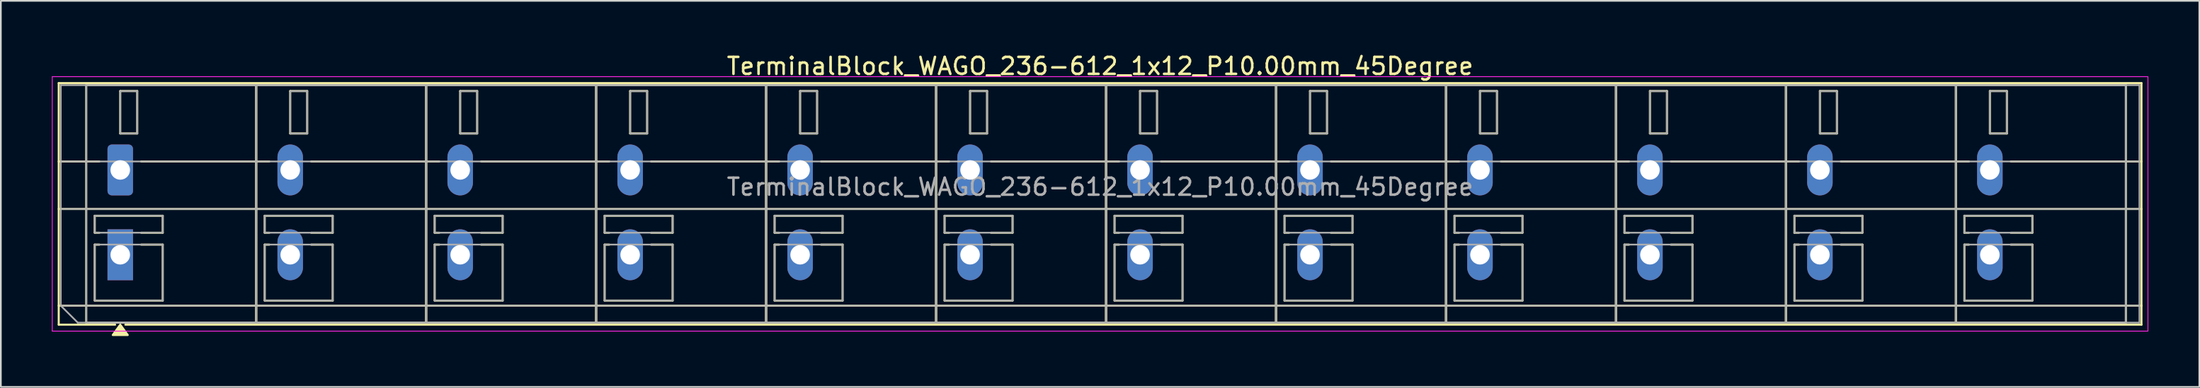
<source format=kicad_pcb>
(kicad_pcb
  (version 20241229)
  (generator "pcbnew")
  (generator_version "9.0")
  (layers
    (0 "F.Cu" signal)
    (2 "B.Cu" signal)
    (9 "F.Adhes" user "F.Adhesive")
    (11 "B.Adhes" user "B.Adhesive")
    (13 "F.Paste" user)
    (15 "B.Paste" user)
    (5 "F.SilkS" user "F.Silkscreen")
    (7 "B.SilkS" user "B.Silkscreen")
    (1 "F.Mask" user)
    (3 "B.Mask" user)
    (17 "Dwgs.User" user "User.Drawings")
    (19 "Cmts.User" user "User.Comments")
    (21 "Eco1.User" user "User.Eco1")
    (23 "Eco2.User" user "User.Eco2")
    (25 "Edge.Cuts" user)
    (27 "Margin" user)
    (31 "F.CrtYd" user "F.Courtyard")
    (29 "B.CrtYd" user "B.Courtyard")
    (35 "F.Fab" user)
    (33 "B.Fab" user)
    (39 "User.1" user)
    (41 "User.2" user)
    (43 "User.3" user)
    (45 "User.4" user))
  (footprint "TerminalBlock_WAGO_236-612_1x12_P10.00mm_45Degree"
    (layer "F.Cu")
    (at 4.025 6.968)
    (property "Reference" "TerminalBlock_WAGO_236-612_1x12_P10.00mm_45Degree" (at 57.65 -6.12 0) (layer "F.SilkS") (effects (font (size 1 1) (thickness 0.15))))
    (attr through_hole)
    (fp_line (start -3.62 -5.12) (end -3.62 9.12) (stroke (width 0.12) (type solid)) (layer "F.SilkS"))
    (fp_line (start -3.62 -5.12) (end 118.92 -5.12) (stroke (width 0.12) (type solid)) (layer "F.SilkS"))
    (fp_line (start -3.62 -0.5) (end -1.23 -0.5) (stroke (width 0.12) (type solid)) (layer "F.SilkS"))
    (fp_line (start -3.62 2.3) (end 118.92 2.3) (stroke (width 0.12) (type solid)) (layer "F.SilkS"))
    (fp_line (start -3.62 8) (end 118.92 8) (stroke (width 0.12) (type solid)) (layer "F.SilkS"))
    (fp_line (start -3.62 9.12) (end -0.3 9.12) (stroke (width 0.12) (type solid)) (layer "F.SilkS"))
    (fp_line (start -2 -5) (end -2 9) (stroke (width 0.12) (type solid)) (layer "F.SilkS"))
    (fp_line (start -2 -5) (end 8 -5) (stroke (width 0.12) (type solid)) (layer "F.SilkS"))
    (fp_line (start -2 9) (end 8 9) (stroke (width 0.12) (type solid)) (layer "F.SilkS"))
    (fp_line (start -1.5 2.7) (end -1.5 3.7) (stroke (width 0.12) (type solid)) (layer "F.SilkS"))
    (fp_line (start -1.5 2.7) (end 2.5 2.7) (stroke (width 0.12) (type solid)) (layer "F.SilkS"))
    (fp_line (start -1.5 3.7) (end -1.23 3.7) (stroke (width 0.12) (type solid)) (layer "F.SilkS"))
    (fp_line (start -1.5 4.4) (end -1.5 7.7) (stroke (width 0.12) (type solid)) (layer "F.SilkS"))
    (fp_line (start -1.5 4.4) (end -1.23 4.4) (stroke (width 0.12) (type solid)) (layer "F.SilkS"))
    (fp_line (start -1.5 7.7) (end 2.5 7.7) (stroke (width 0.12) (type solid)) (layer "F.SilkS"))
    (fp_line (start 0 -4.65) (end 0 -2.15) (stroke (width 0.12) (type solid)) (layer "F.SilkS"))
    (fp_line (start 0 -4.65) (end 1 -4.65) (stroke (width 0.12) (type solid)) (layer "F.SilkS"))
    (fp_line (start 0 -2.15) (end 1 -2.15) (stroke (width 0.12) (type solid)) (layer "F.SilkS"))
    (fp_line (start 0.3 9.12) (end 118.92 9.12) (stroke (width 0.12) (type solid)) (layer "F.SilkS"))
    (fp_line (start 1 -4.65) (end 1 -2.15) (stroke (width 0.12) (type solid)) (layer "F.SilkS"))
    (fp_line (start 1.23 -0.5) (end 8.77 -0.5) (stroke (width 0.12) (type solid)) (layer "F.SilkS"))
    (fp_line (start 1.23 3.7) (end 2.5 3.7) (stroke (width 0.12) (type solid)) (layer "F.SilkS"))
    (fp_line (start 1.23 4.4) (end 2.5 4.4) (stroke (width 0.12) (type solid)) (layer "F.SilkS"))
    (fp_line (start 2.5 2.7) (end 2.5 3.7) (stroke (width 0.12) (type solid)) (layer "F.SilkS"))
    (fp_line (start 2.5 4.4) (end 2.5 7.7) (stroke (width 0.12) (type solid)) (layer "F.SilkS"))
    (fp_line (start 8 -5) (end 8 9) (stroke (width 0.12) (type solid)) (layer "F.SilkS"))
    (fp_line (start 8 -5) (end 8 9) (stroke (width 0.12) (type solid)) (layer "F.SilkS"))
    (fp_line (start 8 -5) (end 18 -5) (stroke (width 0.12) (type solid)) (layer "F.SilkS"))
    (fp_line (start 8 9) (end 18 9) (stroke (width 0.12) (type solid)) (layer "F.SilkS"))
    (fp_line (start 8.5 2.7) (end 8.5 3.7) (stroke (width 0.12) (type solid)) (layer "F.SilkS"))
    (fp_line (start 8.5 2.7) (end 12.5 2.7) (stroke (width 0.12) (type solid)) (layer "F.SilkS"))
    (fp_line (start 8.5 3.7) (end 8.77 3.7) (stroke (width 0.12) (type solid)) (layer "F.SilkS"))
    (fp_line (start 8.5 4.4) (end 8.5 7.7) (stroke (width 0.12) (type solid)) (layer "F.SilkS"))
    (fp_line (start 8.5 4.4) (end 8.77 4.4) (stroke (width 0.12) (type solid)) (layer "F.SilkS"))
    (fp_line (start 8.5 7.7) (end 12.5 7.7) (stroke (width 0.12) (type solid)) (layer "F.SilkS"))
    (fp_line (start 10 -4.65) (end 10 -2.15) (stroke (width 0.12) (type solid)) (layer "F.SilkS"))
    (fp_line (start 10 -4.65) (end 11 -4.65) (stroke (width 0.12) (type solid)) (layer "F.SilkS"))
    (fp_line (start 10 -2.15) (end 11 -2.15) (stroke (width 0.12) (type solid)) (layer "F.SilkS"))
    (fp_line (start 11 -4.65) (end 11 -2.15) (stroke (width 0.12) (type solid)) (layer "F.SilkS"))
    (fp_line (start 11.23 -0.5) (end 18.77 -0.5) (stroke (width 0.12) (type solid)) (layer "F.SilkS"))
    (fp_line (start 11.23 3.7) (end 12.5 3.7) (stroke (width 0.12) (type solid)) (layer "F.SilkS"))
    (fp_line (start 11.23 4.4) (end 12.5 4.4) (stroke (width 0.12) (type solid)) (layer "F.SilkS"))
    (fp_line (start 12.5 2.7) (end 12.5 3.7) (stroke (width 0.12) (type solid)) (layer "F.SilkS"))
    (fp_line (start 12.5 4.4) (end 12.5 7.7) (stroke (width 0.12) (type solid)) (layer "F.SilkS"))
    (fp_line (start 18 -5) (end 18 9) (stroke (width 0.12) (type solid)) (layer "F.SilkS"))
    (fp_line (start 18 -5) (end 18 9) (stroke (width 0.12) (type solid)) (layer "F.SilkS"))
    (fp_line (start 18 -5) (end 28 -5) (stroke (width 0.12) (type solid)) (layer "F.SilkS"))
    (fp_line (start 18 9) (end 28 9) (stroke (width 0.12) (type solid)) (layer "F.SilkS"))
    (fp_line (start 18.5 2.7) (end 18.5 3.7) (stroke (width 0.12) (type solid)) (layer "F.SilkS"))
    (fp_line (start 18.5 2.7) (end 22.5 2.7) (stroke (width 0.12) (type solid)) (layer "F.SilkS"))
    (fp_line (start 18.5 3.7) (end 18.77 3.7) (stroke (width 0.12) (type solid)) (layer "F.SilkS"))
    (fp_line (start 18.5 4.4) (end 18.5 7.7) (stroke (width 0.12) (type solid)) (layer "F.SilkS"))
    (fp_line (start 18.5 4.4) (end 18.77 4.4) (stroke (width 0.12) (type solid)) (layer "F.SilkS"))
    (fp_line (start 18.5 7.7) (end 22.5 7.7) (stroke (width 0.12) (type solid)) (layer "F.SilkS"))
    (fp_line (start 20 -4.65) (end 20 -2.15) (stroke (width 0.12) (type solid)) (layer "F.SilkS"))
    (fp_line (start 20 -4.65) (end 21 -4.65) (stroke (width 0.12) (type solid)) (layer "F.SilkS"))
    (fp_line (start 20 -2.15) (end 21 -2.15) (stroke (width 0.12) (type solid)) (layer "F.SilkS"))
    (fp_line (start 21 -4.65) (end 21 -2.15) (stroke (width 0.12) (type solid)) (layer "F.SilkS"))
    (fp_line (start 21.23 -0.5) (end 28.77 -0.5) (stroke (width 0.12) (type solid)) (layer "F.SilkS"))
    (fp_line (start 21.23 3.7) (end 22.5 3.7) (stroke (width 0.12) (type solid)) (layer "F.SilkS"))
    (fp_line (start 21.23 4.4) (end 22.5 4.4) (stroke (width 0.12) (type solid)) (layer "F.SilkS"))
    (fp_line (start 22.5 2.7) (end 22.5 3.7) (stroke (width 0.12) (type solid)) (layer "F.SilkS"))
    (fp_line (start 22.5 4.4) (end 22.5 7.7) (stroke (width 0.12) (type solid)) (layer "F.SilkS"))
    (fp_line (start 28 -5) (end 28 9) (stroke (width 0.12) (type solid)) (layer "F.SilkS"))
    (fp_line (start 28 -5) (end 28 9) (stroke (width 0.12) (type solid)) (layer "F.SilkS"))
    (fp_line (start 28 -5) (end 38 -5) (stroke (width 0.12) (type solid)) (layer "F.SilkS"))
    (fp_line (start 28 9) (end 38 9) (stroke (width 0.12) (type solid)) (layer "F.SilkS"))
    (fp_line (start 28.5 2.7) (end 28.5 3.7) (stroke (width 0.12) (type solid)) (layer "F.SilkS"))
    (fp_line (start 28.5 2.7) (end 32.5 2.7) (stroke (width 0.12) (type solid)) (layer "F.SilkS"))
    (fp_line (start 28.5 3.7) (end 28.77 3.7) (stroke (width 0.12) (type solid)) (layer "F.SilkS"))
    (fp_line (start 28.5 4.4) (end 28.5 7.7) (stroke (width 0.12) (type solid)) (layer "F.SilkS"))
    (fp_line (start 28.5 4.4) (end 28.77 4.4) (stroke (width 0.12) (type solid)) (layer "F.SilkS"))
    (fp_line (start 28.5 7.7) (end 32.5 7.7) (stroke (width 0.12) (type solid)) (layer "F.SilkS"))
    (fp_line (start 30 -4.65) (end 30 -2.15) (stroke (width 0.12) (type solid)) (layer "F.SilkS"))
    (fp_line (start 30 -4.65) (end 31 -4.65) (stroke (width 0.12) (type solid)) (layer "F.SilkS"))
    (fp_line (start 30 -2.15) (end 31 -2.15) (stroke (width 0.12) (type solid)) (layer "F.SilkS"))
    (fp_line (start 31 -4.65) (end 31 -2.15) (stroke (width 0.12) (type solid)) (layer "F.SilkS"))
    (fp_line (start 31.23 -0.5) (end 38.77 -0.5) (stroke (width 0.12) (type solid)) (layer "F.SilkS"))
    (fp_line (start 31.23 3.7) (end 32.5 3.7) (stroke (width 0.12) (type solid)) (layer "F.SilkS"))
    (fp_line (start 31.23 4.4) (end 32.5 4.4) (stroke (width 0.12) (type solid)) (layer "F.SilkS"))
    (fp_line (start 32.5 2.7) (end 32.5 3.7) (stroke (width 0.12) (type solid)) (layer "F.SilkS"))
    (fp_line (start 32.5 4.4) (end 32.5 7.7) (stroke (width 0.12) (type solid)) (layer "F.SilkS"))
    (fp_line (start 38 -5) (end 38 9) (stroke (width 0.12) (type solid)) (layer "F.SilkS"))
    (fp_line (start 38 -5) (end 38 9) (stroke (width 0.12) (type solid)) (layer "F.SilkS"))
    (fp_line (start 38 -5) (end 48 -5) (stroke (width 0.12) (type solid)) (layer "F.SilkS"))
    (fp_line (start 38 9) (end 48 9) (stroke (width 0.12) (type solid)) (layer "F.SilkS"))
    (fp_line (start 38.5 2.7) (end 38.5 3.7) (stroke (width 0.12) (type solid)) (layer "F.SilkS"))
    (fp_line (start 38.5 2.7) (end 42.5 2.7) (stroke (width 0.12) (type solid)) (layer "F.SilkS"))
    (fp_line (start 38.5 3.7) (end 38.77 3.7) (stroke (width 0.12) (type solid)) (layer "F.SilkS"))
    (fp_line (start 38.5 4.4) (end 38.5 7.7) (stroke (width 0.12) (type solid)) (layer "F.SilkS"))
    (fp_line (start 38.5 4.4) (end 38.77 4.4) (stroke (width 0.12) (type solid)) (layer "F.SilkS"))
    (fp_line (start 38.5 7.7) (end 42.5 7.7) (stroke (width 0.12) (type solid)) (layer "F.SilkS"))
    (fp_line (start 40 -4.65) (end 40 -2.15) (stroke (width 0.12) (type solid)) (layer "F.SilkS"))
    (fp_line (start 40 -4.65) (end 41 -4.65) (stroke (width 0.12) (type solid)) (layer "F.SilkS"))
    (fp_line (start 40 -2.15) (end 41 -2.15) (stroke (width 0.12) (type solid)) (layer "F.SilkS"))
    (fp_line (start 41 -4.65) (end 41 -2.15) (stroke (width 0.12) (type solid)) (layer "F.SilkS"))
    (fp_line (start 41.23 -0.5) (end 48.77 -0.5) (stroke (width 0.12) (type solid)) (layer "F.SilkS"))
    (fp_line (start 41.23 3.7) (end 42.5 3.7) (stroke (width 0.12) (type solid)) (layer "F.SilkS"))
    (fp_line (start 41.23 4.4) (end 42.5 4.4) (stroke (width 0.12) (type solid)) (layer "F.SilkS"))
    (fp_line (start 42.5 2.7) (end 42.5 3.7) (stroke (width 0.12) (type solid)) (layer "F.SilkS"))
    (fp_line (start 42.5 4.4) (end 42.5 7.7) (stroke (width 0.12) (type solid)) (layer "F.SilkS"))
    (fp_line (start 48 -5) (end 48 9) (stroke (width 0.12) (type solid)) (layer "F.SilkS"))
    (fp_line (start 48 -5) (end 48 9) (stroke (width 0.12) (type solid)) (layer "F.SilkS"))
    (fp_line (start 48 -5) (end 58 -5) (stroke (width 0.12) (type solid)) (layer "F.SilkS"))
    (fp_line (start 48 9) (end 58 9) (stroke (width 0.12) (type solid)) (layer "F.SilkS"))
    (fp_line (start 48.5 2.7) (end 48.5 3.7) (stroke (width 0.12) (type solid)) (layer "F.SilkS"))
    (fp_line (start 48.5 2.7) (end 52.5 2.7) (stroke (width 0.12) (type solid)) (layer "F.SilkS"))
    (fp_line (start 48.5 3.7) (end 48.77 3.7) (stroke (width 0.12) (type solid)) (layer "F.SilkS"))
    (fp_line (start 48.5 4.4) (end 48.5 7.7) (stroke (width 0.12) (type solid)) (layer "F.SilkS"))
    (fp_line (start 48.5 4.4) (end 48.77 4.4) (stroke (width 0.12) (type solid)) (layer "F.SilkS"))
    (fp_line (start 48.5 7.7) (end 52.5 7.7) (stroke (width 0.12) (type solid)) (layer "F.SilkS"))
    (fp_line (start 50 -4.65) (end 50 -2.15) (stroke (width 0.12) (type solid)) (layer "F.SilkS"))
    (fp_line (start 50 -4.65) (end 51 -4.65) (stroke (width 0.12) (type solid)) (layer "F.SilkS"))
    (fp_line (start 50 -2.15) (end 51 -2.15) (stroke (width 0.12) (type solid)) (layer "F.SilkS"))
    (fp_line (start 51 -4.65) (end 51 -2.15) (stroke (width 0.12) (type solid)) (layer "F.SilkS"))
    (fp_line (start 51.23 -0.5) (end 58.77 -0.5) (stroke (width 0.12) (type solid)) (layer "F.SilkS"))
    (fp_line (start 51.23 3.7) (end 52.5 3.7) (stroke (width 0.12) (type solid)) (layer "F.SilkS"))
    (fp_line (start 51.23 4.4) (end 52.5 4.4) (stroke (width 0.12) (type solid)) (layer "F.SilkS"))
    (fp_line (start 52.5 2.7) (end 52.5 3.7) (stroke (width 0.12) (type solid)) (layer "F.SilkS"))
    (fp_line (start 52.5 4.4) (end 52.5 7.7) (stroke (width 0.12) (type solid)) (layer "F.SilkS"))
    (fp_line (start 58 -5) (end 58 9) (stroke (width 0.12) (type solid)) (layer "F.SilkS"))
    (fp_line (start 58 -5) (end 58 9) (stroke (width 0.12) (type solid)) (layer "F.SilkS"))
    (fp_line (start 58 -5) (end 68 -5) (stroke (width 0.12) (type solid)) (layer "F.SilkS"))
    (fp_line (start 58 9) (end 68 9) (stroke (width 0.12) (type solid)) (layer "F.SilkS"))
    (fp_line (start 58.5 2.7) (end 58.5 3.7) (stroke (width 0.12) (type solid)) (layer "F.SilkS"))
    (fp_line (start 58.5 2.7) (end 62.5 2.7) (stroke (width 0.12) (type solid)) (layer "F.SilkS"))
    (fp_line (start 58.5 3.7) (end 58.77 3.7) (stroke (width 0.12) (type solid)) (layer "F.SilkS"))
    (fp_line (start 58.5 4.4) (end 58.5 7.7) (stroke (width 0.12) (type solid)) (layer "F.SilkS"))
    (fp_line (start 58.5 4.4) (end 58.77 4.4) (stroke (width 0.12) (type solid)) (layer "F.SilkS"))
    (fp_line (start 58.5 7.7) (end 62.5 7.7) (stroke (width 0.12) (type solid)) (layer "F.SilkS"))
    (fp_line (start 60 -4.65) (end 60 -2.15) (stroke (width 0.12) (type solid)) (layer "F.SilkS"))
    (fp_line (start 60 -4.65) (end 61 -4.65) (stroke (width 0.12) (type solid)) (layer "F.SilkS"))
    (fp_line (start 60 -2.15) (end 61 -2.15) (stroke (width 0.12) (type solid)) (layer "F.SilkS"))
    (fp_line (start 61 -4.65) (end 61 -2.15) (stroke (width 0.12) (type solid)) (layer "F.SilkS"))
    (fp_line (start 61.23 -0.5) (end 68.77 -0.5) (stroke (width 0.12) (type solid)) (layer "F.SilkS"))
    (fp_line (start 61.23 3.7) (end 62.5 3.7) (stroke (width 0.12) (type solid)) (layer "F.SilkS"))
    (fp_line (start 61.23 4.4) (end 62.5 4.4) (stroke (width 0.12) (type solid)) (layer "F.SilkS"))
    (fp_line (start 62.5 2.7) (end 62.5 3.7) (stroke (width 0.12) (type solid)) (layer "F.SilkS"))
    (fp_line (start 62.5 4.4) (end 62.5 7.7) (stroke (width 0.12) (type solid)) (layer "F.SilkS"))
    (fp_line (start 68 -5) (end 68 9) (stroke (width 0.12) (type solid)) (layer "F.SilkS"))
    (fp_line (start 68 -5) (end 68 9) (stroke (width 0.12) (type solid)) (layer "F.SilkS"))
    (fp_line (start 68 -5) (end 78 -5) (stroke (width 0.12) (type solid)) (layer "F.SilkS"))
    (fp_line (start 68 9) (end 78 9) (stroke (width 0.12) (type solid)) (layer "F.SilkS"))
    (fp_line (start 68.5 2.7) (end 68.5 3.7) (stroke (width 0.12) (type solid)) (layer "F.SilkS"))
    (fp_line (start 68.5 2.7) (end 72.5 2.7) (stroke (width 0.12) (type solid)) (layer "F.SilkS"))
    (fp_line (start 68.5 3.7) (end 68.77 3.7) (stroke (width 0.12) (type solid)) (layer "F.SilkS"))
    (fp_line (start 68.5 4.4) (end 68.5 7.7) (stroke (width 0.12) (type solid)) (layer "F.SilkS"))
    (fp_line (start 68.5 4.4) (end 68.77 4.4) (stroke (width 0.12) (type solid)) (layer "F.SilkS"))
    (fp_line (start 68.5 7.7) (end 72.5 7.7) (stroke (width 0.12) (type solid)) (layer "F.SilkS"))
    (fp_line (start 70 -4.65) (end 70 -2.15) (stroke (width 0.12) (type solid)) (layer "F.SilkS"))
    (fp_line (start 70 -4.65) (end 71 -4.65) (stroke (width 0.12) (type solid)) (layer "F.SilkS"))
    (fp_line (start 70 -2.15) (end 71 -2.15) (stroke (width 0.12) (type solid)) (layer "F.SilkS"))
    (fp_line (start 71 -4.65) (end 71 -2.15) (stroke (width 0.12) (type solid)) (layer "F.SilkS"))
    (fp_line (start 71.23 -0.5) (end 78.77 -0.5) (stroke (width 0.12) (type solid)) (layer "F.SilkS"))
    (fp_line (start 71.23 3.7) (end 72.5 3.7) (stroke (width 0.12) (type solid)) (layer "F.SilkS"))
    (fp_line (start 71.23 4.4) (end 72.5 4.4) (stroke (width 0.12) (type solid)) (layer "F.SilkS"))
    (fp_line (start 72.5 2.7) (end 72.5 3.7) (stroke (width 0.12) (type solid)) (layer "F.SilkS"))
    (fp_line (start 72.5 4.4) (end 72.5 7.7) (stroke (width 0.12) (type solid)) (layer "F.SilkS"))
    (fp_line (start 78 -5) (end 78 9) (stroke (width 0.12) (type solid)) (layer "F.SilkS"))
    (fp_line (start 78 -5) (end 78 9) (stroke (width 0.12) (type solid)) (layer "F.SilkS"))
    (fp_line (start 78 -5) (end 88 -5) (stroke (width 0.12) (type solid)) (layer "F.SilkS"))
    (fp_line (start 78 9) (end 88 9) (stroke (width 0.12) (type solid)) (layer "F.SilkS"))
    (fp_line (start 78.5 2.7) (end 78.5 3.7) (stroke (width 0.12) (type solid)) (layer "F.SilkS"))
    (fp_line (start 78.5 2.7) (end 82.5 2.7) (stroke (width 0.12) (type solid)) (layer "F.SilkS"))
    (fp_line (start 78.5 3.7) (end 78.77 3.7) (stroke (width 0.12) (type solid)) (layer "F.SilkS"))
    (fp_line (start 78.5 4.4) (end 78.5 7.7) (stroke (width 0.12) (type solid)) (layer "F.SilkS"))
    (fp_line (start 78.5 4.4) (end 78.77 4.4) (stroke (width 0.12) (type solid)) (layer "F.SilkS"))
    (fp_line (start 78.5 7.7) (end 82.5 7.7) (stroke (width 0.12) (type solid)) (layer "F.SilkS"))
    (fp_line (start 80 -4.65) (end 80 -2.15) (stroke (width 0.12) (type solid)) (layer "F.SilkS"))
    (fp_line (start 80 -4.65) (end 81 -4.65) (stroke (width 0.12) (type solid)) (layer "F.SilkS"))
    (fp_line (start 80 -2.15) (end 81 -2.15) (stroke (width 0.12) (type solid)) (layer "F.SilkS"))
    (fp_line (start 81 -4.65) (end 81 -2.15) (stroke (width 0.12) (type solid)) (layer "F.SilkS"))
    (fp_line (start 81.23 -0.5) (end 88.77 -0.5) (stroke (width 0.12) (type solid)) (layer "F.SilkS"))
    (fp_line (start 81.23 3.7) (end 82.5 3.7) (stroke (width 0.12) (type solid)) (layer "F.SilkS"))
    (fp_line (start 81.23 4.4) (end 82.5 4.4) (stroke (width 0.12) (type solid)) (layer "F.SilkS"))
    (fp_line (start 82.5 2.7) (end 82.5 3.7) (stroke (width 0.12) (type solid)) (layer "F.SilkS"))
    (fp_line (start 82.5 4.4) (end 82.5 7.7) (stroke (width 0.12) (type solid)) (layer "F.SilkS"))
    (fp_line (start 88 -5) (end 88 9) (stroke (width 0.12) (type solid)) (layer "F.SilkS"))
    (fp_line (start 88 -5) (end 88 9) (stroke (width 0.12) (type solid)) (layer "F.SilkS"))
    (fp_line (start 88 -5) (end 98 -5) (stroke (width 0.12) (type solid)) (layer "F.SilkS"))
    (fp_line (start 88 9) (end 98 9) (stroke (width 0.12) (type solid)) (layer "F.SilkS"))
    (fp_line (start 88.5 2.7) (end 88.5 3.7) (stroke (width 0.12) (type solid)) (layer "F.SilkS"))
    (fp_line (start 88.5 2.7) (end 92.5 2.7) (stroke (width 0.12) (type solid)) (layer "F.SilkS"))
    (fp_line (start 88.5 3.7) (end 88.77 3.7) (stroke (width 0.12) (type solid)) (layer "F.SilkS"))
    (fp_line (start 88.5 4.4) (end 88.5 7.7) (stroke (width 0.12) (type solid)) (layer "F.SilkS"))
    (fp_line (start 88.5 4.4) (end 88.77 4.4) (stroke (width 0.12) (type solid)) (layer "F.SilkS"))
    (fp_line (start 88.5 7.7) (end 92.5 7.7) (stroke (width 0.12) (type solid)) (layer "F.SilkS"))
    (fp_line (start 90 -4.65) (end 90 -2.15) (stroke (width 0.12) (type solid)) (layer "F.SilkS"))
    (fp_line (start 90 -4.65) (end 91 -4.65) (stroke (width 0.12) (type solid)) (layer "F.SilkS"))
    (fp_line (start 90 -2.15) (end 91 -2.15) (stroke (width 0.12) (type solid)) (layer "F.SilkS"))
    (fp_line (start 91 -4.65) (end 91 -2.15) (stroke (width 0.12) (type solid)) (layer "F.SilkS"))
    (fp_line (start 91.23 -0.5) (end 98.77 -0.5) (stroke (width 0.12) (type solid)) (layer "F.SilkS"))
    (fp_line (start 91.23 3.7) (end 92.5 3.7) (stroke (width 0.12) (type solid)) (layer "F.SilkS"))
    (fp_line (start 91.23 4.4) (end 92.5 4.4) (stroke (width 0.12) (type solid)) (layer "F.SilkS"))
    (fp_line (start 92.5 2.7) (end 92.5 3.7) (stroke (width 0.12) (type solid)) (layer "F.SilkS"))
    (fp_line (start 92.5 4.4) (end 92.5 7.7) (stroke (width 0.12) (type solid)) (layer "F.SilkS"))
    (fp_line (start 98 -5) (end 98 9) (stroke (width 0.12) (type solid)) (layer "F.SilkS"))
    (fp_line (start 98 -5) (end 98 9) (stroke (width 0.12) (type solid)) (layer "F.SilkS"))
    (fp_line (start 98 -5) (end 108 -5) (stroke (width 0.12) (type solid)) (layer "F.SilkS"))
    (fp_line (start 98 9) (end 108 9) (stroke (width 0.12) (type solid)) (layer "F.SilkS"))
    (fp_line (start 98.5 2.7) (end 98.5 3.7) (stroke (width 0.12) (type solid)) (layer "F.SilkS"))
    (fp_line (start 98.5 2.7) (end 102.5 2.7) (stroke (width 0.12) (type solid)) (layer "F.SilkS"))
    (fp_line (start 98.5 3.7) (end 98.77 3.7) (stroke (width 0.12) (type solid)) (layer "F.SilkS"))
    (fp_line (start 98.5 4.4) (end 98.5 7.7) (stroke (width 0.12) (type solid)) (layer "F.SilkS"))
    (fp_line (start 98.5 4.4) (end 98.77 4.4) (stroke (width 0.12) (type solid)) (layer "F.SilkS"))
    (fp_line (start 98.5 7.7) (end 102.5 7.7) (stroke (width 0.12) (type solid)) (layer "F.SilkS"))
    (fp_line (start 100 -4.65) (end 100 -2.15) (stroke (width 0.12) (type solid)) (layer "F.SilkS"))
    (fp_line (start 100 -4.65) (end 101 -4.65) (stroke (width 0.12) (type solid)) (layer "F.SilkS"))
    (fp_line (start 100 -2.15) (end 101 -2.15) (stroke (width 0.12) (type solid)) (layer "F.SilkS"))
    (fp_line (start 101 -4.65) (end 101 -2.15) (stroke (width 0.12) (type solid)) (layer "F.SilkS"))
    (fp_line (start 101.23 -0.5) (end 108.77 -0.5) (stroke (width 0.12) (type solid)) (layer "F.SilkS"))
    (fp_line (start 101.23 3.7) (end 102.5 3.7) (stroke (width 0.12) (type solid)) (layer "F.SilkS"))
    (fp_line (start 101.23 4.4) (end 102.5 4.4) (stroke (width 0.12) (type solid)) (layer "F.SilkS"))
    (fp_line (start 102.5 2.7) (end 102.5 3.7) (stroke (width 0.12) (type solid)) (layer "F.SilkS"))
    (fp_line (start 102.5 4.4) (end 102.5 7.7) (stroke (width 0.12) (type solid)) (layer "F.SilkS"))
    (fp_line (start 108 -5) (end 108 9) (stroke (width 0.12) (type solid)) (layer "F.SilkS"))
    (fp_line (start 108 -5) (end 108 9) (stroke (width 0.12) (type solid)) (layer "F.SilkS"))
    (fp_line (start 108 -5) (end 118 -5) (stroke (width 0.12) (type solid)) (layer "F.SilkS"))
    (fp_line (start 108 9) (end 118 9) (stroke (width 0.12) (type solid)) (layer "F.SilkS"))
    (fp_line (start 108.5 2.7) (end 108.5 3.7) (stroke (width 0.12) (type solid)) (layer "F.SilkS"))
    (fp_line (start 108.5 2.7) (end 112.5 2.7) (stroke (width 0.12) (type solid)) (layer "F.SilkS"))
    (fp_line (start 108.5 3.7) (end 108.77 3.7) (stroke (width 0.12) (type solid)) (layer "F.SilkS"))
    (fp_line (start 108.5 4.4) (end 108.5 7.7) (stroke (width 0.12) (type solid)) (layer "F.SilkS"))
    (fp_line (start 108.5 4.4) (end 108.77 4.4) (stroke (width 0.12) (type solid)) (layer "F.SilkS"))
    (fp_line (start 108.5 7.7) (end 112.5 7.7) (stroke (width 0.12) (type solid)) (layer "F.SilkS"))
    (fp_line (start 110 -4.65) (end 110 -2.15) (stroke (width 0.12) (type solid)) (layer "F.SilkS"))
    (fp_line (start 110 -4.65) (end 111 -4.65) (stroke (width 0.12) (type solid)) (layer "F.SilkS"))
    (fp_line (start 110 -2.15) (end 111 -2.15) (stroke (width 0.12) (type solid)) (layer "F.SilkS"))
    (fp_line (start 111 -4.65) (end 111 -2.15) (stroke (width 0.12) (type solid)) (layer "F.SilkS"))
    (fp_line (start 111.23 -0.5) (end 118.92 -0.5) (stroke (width 0.12) (type solid)) (layer "F.SilkS"))
    (fp_line (start 111.23 3.7) (end 112.5 3.7) (stroke (width 0.12) (type solid)) (layer "F.SilkS"))
    (fp_line (start 111.23 4.4) (end 112.5 4.4) (stroke (width 0.12) (type solid)) (layer "F.SilkS"))
    (fp_line (start 112.5 2.7) (end 112.5 3.7) (stroke (width 0.12) (type solid)) (layer "F.SilkS"))
    (fp_line (start 112.5 4.4) (end 112.5 7.7) (stroke (width 0.12) (type solid)) (layer "F.SilkS"))
    (fp_line (start 118 -5) (end 118 9) (stroke (width 0.12) (type solid)) (layer "F.SilkS"))
    (fp_line (start 118.92 -5.12) (end 118.92 9.12) (stroke (width 0.12) (type solid)) (layer "F.SilkS"))
    (fp_poly (pts (xy 0 9.12) (xy 0.44 9.73) (xy -0.44 9.73)) (stroke (width 0.12) (type solid)) (fill yes) (layer "F.SilkS"))
    (fp_line (start -4 -5.5) (end -4 9.5) (stroke (width 0.05) (type solid)) (layer "F.CrtYd"))
    (fp_line (start -4 9.5) (end 119.3 9.5) (stroke (width 0.05) (type solid)) (layer "F.CrtYd"))
    (fp_line (start 119.3 -5.5) (end -4 -5.5) (stroke (width 0.05) (type solid)) (layer "F.CrtYd"))
    (fp_line (start 119.3 9.5) (end 119.3 -5.5) (stroke (width 0.05) (type solid)) (layer "F.CrtYd"))
    (fp_line (start -3.5 -5) (end 118.8 -5) (stroke (width 0.1) (type solid)) (layer "F.Fab"))
    (fp_line (start -3.5 -0.5) (end 118.8 -0.5) (stroke (width 0.1) (type solid)) (layer "F.Fab"))
    (fp_line (start -3.5 2.3) (end 118.8 2.3) (stroke (width 0.1) (type solid)) (layer "F.Fab"))
    (fp_line (start -3.5 8) (end -3.5 -5) (stroke (width 0.1) (type solid)) (layer "F.Fab"))
    (fp_line (start -3.5 8) (end 118.8 8) (stroke (width 0.1) (type solid)) (layer "F.Fab"))
    (fp_line (start -2.5 9) (end -3.5 8) (stroke (width 0.1) (type solid)) (layer "F.Fab"))
    (fp_line (start -2 -5) (end -2 9) (stroke (width 0.1) (type solid)) (layer "F.Fab"))
    (fp_line (start -2 9) (end 8 9) (stroke (width 0.1) (type solid)) (layer "F.Fab"))
    (fp_line (start -1.5 2.7) (end -1.5 3.7) (stroke (width 0.1) (type solid)) (layer "F.Fab"))
    (fp_line (start -1.5 3.7) (end 2.5 3.7) (stroke (width 0.1) (type solid)) (layer "F.Fab"))
    (fp_line (start -1.5 4.4) (end -1.5 7.7) (stroke (width 0.1) (type solid)) (layer "F.Fab"))
    (fp_line (start -1.5 7.7) (end 2.5 7.7) (stroke (width 0.1) (type solid)) (layer "F.Fab"))
    (fp_line (start 0 -4.65) (end 0 -2.15) (stroke (width 0.1) (type solid)) (layer "F.Fab"))
    (fp_line (start 0 -2.15) (end 1 -2.15) (stroke (width 0.1) (type solid)) (layer "F.Fab"))
    (fp_line (start 1 -4.65) (end 0 -4.65) (stroke (width 0.1) (type solid)) (layer "F.Fab"))
    (fp_line (start 1 -2.15) (end 1 -4.65) (stroke (width 0.1) (type solid)) (layer "F.Fab"))
    (fp_line (start 2.5 2.7) (end -1.5 2.7) (stroke (width 0.1) (type solid)) (layer "F.Fab"))
    (fp_line (start 2.5 3.7) (end 2.5 2.7) (stroke (width 0.1) (type solid)) (layer "F.Fab"))
    (fp_line (start 2.5 4.4) (end -1.5 4.4) (stroke (width 0.1) (type solid)) (layer "F.Fab"))
    (fp_line (start 2.5 7.7) (end 2.5 4.4) (stroke (width 0.1) (type solid)) (layer "F.Fab"))
    (fp_line (start 8 -5) (end -2 -5) (stroke (width 0.1) (type solid)) (layer "F.Fab"))
    (fp_line (start 8 -5) (end 8 9) (stroke (width 0.1) (type solid)) (layer "F.Fab"))
    (fp_line (start 8 9) (end 8 -5) (stroke (width 0.1) (type solid)) (layer "F.Fab"))
    (fp_line (start 8 9) (end 18 9) (stroke (width 0.1) (type solid)) (layer "F.Fab"))
    (fp_line (start 8.5 2.7) (end 8.5 3.7) (stroke (width 0.1) (type solid)) (layer "F.Fab"))
    (fp_line (start 8.5 3.7) (end 12.5 3.7) (stroke (width 0.1) (type solid)) (layer "F.Fab"))
    (fp_line (start 8.5 4.4) (end 8.5 7.7) (stroke (width 0.1) (type solid)) (layer "F.Fab"))
    (fp_line (start 8.5 7.7) (end 12.5 7.7) (stroke (width 0.1) (type solid)) (layer "F.Fab"))
    (fp_line (start 10 -4.65) (end 10 -2.15) (stroke (width 0.1) (type solid)) (layer "F.Fab"))
    (fp_line (start 10 -2.15) (end 11 -2.15) (stroke (width 0.1) (type solid)) (layer "F.Fab"))
    (fp_line (start 11 -4.65) (end 10 -4.65) (stroke (width 0.1) (type solid)) (layer "F.Fab"))
    (fp_line (start 11 -2.15) (end 11 -4.65) (stroke (width 0.1) (type solid)) (layer "F.Fab"))
    (fp_line (start 12.5 2.7) (end 8.5 2.7) (stroke (width 0.1) (type solid)) (layer "F.Fab"))
    (fp_line (start 12.5 3.7) (end 12.5 2.7) (stroke (width 0.1) (type solid)) (layer "F.Fab"))
    (fp_line (start 12.5 4.4) (end 8.5 4.4) (stroke (width 0.1) (type solid)) (layer "F.Fab"))
    (fp_line (start 12.5 7.7) (end 12.5 4.4) (stroke (width 0.1) (type solid)) (layer "F.Fab"))
    (fp_line (start 18 -5) (end 8 -5) (stroke (width 0.1) (type solid)) (layer "F.Fab"))
    (fp_line (start 18 -5) (end 18 9) (stroke (width 0.1) (type solid)) (layer "F.Fab"))
    (fp_line (start 18 9) (end 18 -5) (stroke (width 0.1) (type solid)) (layer "F.Fab"))
    (fp_line (start 18 9) (end 28 9) (stroke (width 0.1) (type solid)) (layer "F.Fab"))
    (fp_line (start 18.5 2.7) (end 18.5 3.7) (stroke (width 0.1) (type solid)) (layer "F.Fab"))
    (fp_line (start 18.5 3.7) (end 22.5 3.7) (stroke (width 0.1) (type solid)) (layer "F.Fab"))
    (fp_line (start 18.5 4.4) (end 18.5 7.7) (stroke (width 0.1) (type solid)) (layer "F.Fab"))
    (fp_line (start 18.5 7.7) (end 22.5 7.7) (stroke (width 0.1) (type solid)) (layer "F.Fab"))
    (fp_line (start 20 -4.65) (end 20 -2.15) (stroke (width 0.1) (type solid)) (layer "F.Fab"))
    (fp_line (start 20 -2.15) (end 21 -2.15) (stroke (width 0.1) (type solid)) (layer "F.Fab"))
    (fp_line (start 21 -4.65) (end 20 -4.65) (stroke (width 0.1) (type solid)) (layer "F.Fab"))
    (fp_line (start 21 -2.15) (end 21 -4.65) (stroke (width 0.1) (type solid)) (layer "F.Fab"))
    (fp_line (start 22.5 2.7) (end 18.5 2.7) (stroke (width 0.1) (type solid)) (layer "F.Fab"))
    (fp_line (start 22.5 3.7) (end 22.5 2.7) (stroke (width 0.1) (type solid)) (layer "F.Fab"))
    (fp_line (start 22.5 4.4) (end 18.5 4.4) (stroke (width 0.1) (type solid)) (layer "F.Fab"))
    (fp_line (start 22.5 7.7) (end 22.5 4.4) (stroke (width 0.1) (type solid)) (layer "F.Fab"))
    (fp_line (start 28 -5) (end 18 -5) (stroke (width 0.1) (type solid)) (layer "F.Fab"))
    (fp_line (start 28 -5) (end 28 9) (stroke (width 0.1) (type solid)) (layer "F.Fab"))
    (fp_line (start 28 9) (end 28 -5) (stroke (width 0.1) (type solid)) (layer "F.Fab"))
    (fp_line (start 28 9) (end 38 9) (stroke (width 0.1) (type solid)) (layer "F.Fab"))
    (fp_line (start 28.5 2.7) (end 28.5 3.7) (stroke (width 0.1) (type solid)) (layer "F.Fab"))
    (fp_line (start 28.5 3.7) (end 32.5 3.7) (stroke (width 0.1) (type solid)) (layer "F.Fab"))
    (fp_line (start 28.5 4.4) (end 28.5 7.7) (stroke (width 0.1) (type solid)) (layer "F.Fab"))
    (fp_line (start 28.5 7.7) (end 32.5 7.7) (stroke (width 0.1) (type solid)) (layer "F.Fab"))
    (fp_line (start 30 -4.65) (end 30 -2.15) (stroke (width 0.1) (type solid)) (layer "F.Fab"))
    (fp_line (start 30 -2.15) (end 31 -2.15) (stroke (width 0.1) (type solid)) (layer "F.Fab"))
    (fp_line (start 31 -4.65) (end 30 -4.65) (stroke (width 0.1) (type solid)) (layer "F.Fab"))
    (fp_line (start 31 -2.15) (end 31 -4.65) (stroke (width 0.1) (type solid)) (layer "F.Fab"))
    (fp_line (start 32.5 2.7) (end 28.5 2.7) (stroke (width 0.1) (type solid)) (layer "F.Fab"))
    (fp_line (start 32.5 3.7) (end 32.5 2.7) (stroke (width 0.1) (type solid)) (layer "F.Fab"))
    (fp_line (start 32.5 4.4) (end 28.5 4.4) (stroke (width 0.1) (type solid)) (layer "F.Fab"))
    (fp_line (start 32.5 7.7) (end 32.5 4.4) (stroke (width 0.1) (type solid)) (layer "F.Fab"))
    (fp_line (start 38 -5) (end 28 -5) (stroke (width 0.1) (type solid)) (layer "F.Fab"))
    (fp_line (start 38 -5) (end 38 9) (stroke (width 0.1) (type solid)) (layer "F.Fab"))
    (fp_line (start 38 9) (end 38 -5) (stroke (width 0.1) (type solid)) (layer "F.Fab"))
    (fp_line (start 38 9) (end 48 9) (stroke (width 0.1) (type solid)) (layer "F.Fab"))
    (fp_line (start 38.5 2.7) (end 38.5 3.7) (stroke (width 0.1) (type solid)) (layer "F.Fab"))
    (fp_line (start 38.5 3.7) (end 42.5 3.7) (stroke (width 0.1) (type solid)) (layer "F.Fab"))
    (fp_line (start 38.5 4.4) (end 38.5 7.7) (stroke (width 0.1) (type solid)) (layer "F.Fab"))
    (fp_line (start 38.5 7.7) (end 42.5 7.7) (stroke (width 0.1) (type solid)) (layer "F.Fab"))
    (fp_line (start 40 -4.65) (end 40 -2.15) (stroke (width 0.1) (type solid)) (layer "F.Fab"))
    (fp_line (start 40 -2.15) (end 41 -2.15) (stroke (width 0.1) (type solid)) (layer "F.Fab"))
    (fp_line (start 41 -4.65) (end 40 -4.65) (stroke (width 0.1) (type solid)) (layer "F.Fab"))
    (fp_line (start 41 -2.15) (end 41 -4.65) (stroke (width 0.1) (type solid)) (layer "F.Fab"))
    (fp_line (start 42.5 2.7) (end 38.5 2.7) (stroke (width 0.1) (type solid)) (layer "F.Fab"))
    (fp_line (start 42.5 3.7) (end 42.5 2.7) (stroke (width 0.1) (type solid)) (layer "F.Fab"))
    (fp_line (start 42.5 4.4) (end 38.5 4.4) (stroke (width 0.1) (type solid)) (layer "F.Fab"))
    (fp_line (start 42.5 7.7) (end 42.5 4.4) (stroke (width 0.1) (type solid)) (layer "F.Fab"))
    (fp_line (start 48 -5) (end 38 -5) (stroke (width 0.1) (type solid)) (layer "F.Fab"))
    (fp_line (start 48 -5) (end 48 9) (stroke (width 0.1) (type solid)) (layer "F.Fab"))
    (fp_line (start 48 9) (end 48 -5) (stroke (width 0.1) (type solid)) (layer "F.Fab"))
    (fp_line (start 48 9) (end 58 9) (stroke (width 0.1) (type solid)) (layer "F.Fab"))
    (fp_line (start 48.5 2.7) (end 48.5 3.7) (stroke (width 0.1) (type solid)) (layer "F.Fab"))
    (fp_line (start 48.5 3.7) (end 52.5 3.7) (stroke (width 0.1) (type solid)) (layer "F.Fab"))
    (fp_line (start 48.5 4.4) (end 48.5 7.7) (stroke (width 0.1) (type solid)) (layer "F.Fab"))
    (fp_line (start 48.5 7.7) (end 52.5 7.7) (stroke (width 0.1) (type solid)) (layer "F.Fab"))
    (fp_line (start 50 -4.65) (end 50 -2.15) (stroke (width 0.1) (type solid)) (layer "F.Fab"))
    (fp_line (start 50 -2.15) (end 51 -2.15) (stroke (width 0.1) (type solid)) (layer "F.Fab"))
    (fp_line (start 51 -4.65) (end 50 -4.65) (stroke (width 0.1) (type solid)) (layer "F.Fab"))
    (fp_line (start 51 -2.15) (end 51 -4.65) (stroke (width 0.1) (type solid)) (layer "F.Fab"))
    (fp_line (start 52.5 2.7) (end 48.5 2.7) (stroke (width 0.1) (type solid)) (layer "F.Fab"))
    (fp_line (start 52.5 3.7) (end 52.5 2.7) (stroke (width 0.1) (type solid)) (layer "F.Fab"))
    (fp_line (start 52.5 4.4) (end 48.5 4.4) (stroke (width 0.1) (type solid)) (layer "F.Fab"))
    (fp_line (start 52.5 7.7) (end 52.5 4.4) (stroke (width 0.1) (type solid)) (layer "F.Fab"))
    (fp_line (start 58 -5) (end 48 -5) (stroke (width 0.1) (type solid)) (layer "F.Fab"))
    (fp_line (start 58 -5) (end 58 9) (stroke (width 0.1) (type solid)) (layer "F.Fab"))
    (fp_line (start 58 9) (end 58 -5) (stroke (width 0.1) (type solid)) (layer "F.Fab"))
    (fp_line (start 58 9) (end 68 9) (stroke (width 0.1) (type solid)) (layer "F.Fab"))
    (fp_line (start 58.5 2.7) (end 58.5 3.7) (stroke (width 0.1) (type solid)) (layer "F.Fab"))
    (fp_line (start 58.5 3.7) (end 62.5 3.7) (stroke (width 0.1) (type solid)) (layer "F.Fab"))
    (fp_line (start 58.5 4.4) (end 58.5 7.7) (stroke (width 0.1) (type solid)) (layer "F.Fab"))
    (fp_line (start 58.5 7.7) (end 62.5 7.7) (stroke (width 0.1) (type solid)) (layer "F.Fab"))
    (fp_line (start 60 -4.65) (end 60 -2.15) (stroke (width 0.1) (type solid)) (layer "F.Fab"))
    (fp_line (start 60 -2.15) (end 61 -2.15) (stroke (width 0.1) (type solid)) (layer "F.Fab"))
    (fp_line (start 61 -4.65) (end 60 -4.65) (stroke (width 0.1) (type solid)) (layer "F.Fab"))
    (fp_line (start 61 -2.15) (end 61 -4.65) (stroke (width 0.1) (type solid)) (layer "F.Fab"))
    (fp_line (start 62.5 2.7) (end 58.5 2.7) (stroke (width 0.1) (type solid)) (layer "F.Fab"))
    (fp_line (start 62.5 3.7) (end 62.5 2.7) (stroke (width 0.1) (type solid)) (layer "F.Fab"))
    (fp_line (start 62.5 4.4) (end 58.5 4.4) (stroke (width 0.1) (type solid)) (layer "F.Fab"))
    (fp_line (start 62.5 7.7) (end 62.5 4.4) (stroke (width 0.1) (type solid)) (layer "F.Fab"))
    (fp_line (start 68 -5) (end 58 -5) (stroke (width 0.1) (type solid)) (layer "F.Fab"))
    (fp_line (start 68 -5) (end 68 9) (stroke (width 0.1) (type solid)) (layer "F.Fab"))
    (fp_line (start 68 9) (end 68 -5) (stroke (width 0.1) (type solid)) (layer "F.Fab"))
    (fp_line (start 68 9) (end 78 9) (stroke (width 0.1) (type solid)) (layer "F.Fab"))
    (fp_line (start 68.5 2.7) (end 68.5 3.7) (stroke (width 0.1) (type solid)) (layer "F.Fab"))
    (fp_line (start 68.5 3.7) (end 72.5 3.7) (stroke (width 0.1) (type solid)) (layer "F.Fab"))
    (fp_line (start 68.5 4.4) (end 68.5 7.7) (stroke (width 0.1) (type solid)) (layer "F.Fab"))
    (fp_line (start 68.5 7.7) (end 72.5 7.7) (stroke (width 0.1) (type solid)) (layer "F.Fab"))
    (fp_line (start 70 -4.65) (end 70 -2.15) (stroke (width 0.1) (type solid)) (layer "F.Fab"))
    (fp_line (start 70 -2.15) (end 71 -2.15) (stroke (width 0.1) (type solid)) (layer "F.Fab"))
    (fp_line (start 71 -4.65) (end 70 -4.65) (stroke (width 0.1) (type solid)) (layer "F.Fab"))
    (fp_line (start 71 -2.15) (end 71 -4.65) (stroke (width 0.1) (type solid)) (layer "F.Fab"))
    (fp_line (start 72.5 2.7) (end 68.5 2.7) (stroke (width 0.1) (type solid)) (layer "F.Fab"))
    (fp_line (start 72.5 3.7) (end 72.5 2.7) (stroke (width 0.1) (type solid)) (layer "F.Fab"))
    (fp_line (start 72.5 4.4) (end 68.5 4.4) (stroke (width 0.1) (type solid)) (layer "F.Fab"))
    (fp_line (start 72.5 7.7) (end 72.5 4.4) (stroke (width 0.1) (type solid)) (layer "F.Fab"))
    (fp_line (start 78 -5) (end 68 -5) (stroke (width 0.1) (type solid)) (layer "F.Fab"))
    (fp_line (start 78 -5) (end 78 9) (stroke (width 0.1) (type solid)) (layer "F.Fab"))
    (fp_line (start 78 9) (end 78 -5) (stroke (width 0.1) (type solid)) (layer "F.Fab"))
    (fp_line (start 78 9) (end 88 9) (stroke (width 0.1) (type solid)) (layer "F.Fab"))
    (fp_line (start 78.5 2.7) (end 78.5 3.7) (stroke (width 0.1) (type solid)) (layer "F.Fab"))
    (fp_line (start 78.5 3.7) (end 82.5 3.7) (stroke (width 0.1) (type solid)) (layer "F.Fab"))
    (fp_line (start 78.5 4.4) (end 78.5 7.7) (stroke (width 0.1) (type solid)) (layer "F.Fab"))
    (fp_line (start 78.5 7.7) (end 82.5 7.7) (stroke (width 0.1) (type solid)) (layer "F.Fab"))
    (fp_line (start 80 -4.65) (end 80 -2.15) (stroke (width 0.1) (type solid)) (layer "F.Fab"))
    (fp_line (start 80 -2.15) (end 81 -2.15) (stroke (width 0.1) (type solid)) (layer "F.Fab"))
    (fp_line (start 81 -4.65) (end 80 -4.65) (stroke (width 0.1) (type solid)) (layer "F.Fab"))
    (fp_line (start 81 -2.15) (end 81 -4.65) (stroke (width 0.1) (type solid)) (layer "F.Fab"))
    (fp_line (start 82.5 2.7) (end 78.5 2.7) (stroke (width 0.1) (type solid)) (layer "F.Fab"))
    (fp_line (start 82.5 3.7) (end 82.5 2.7) (stroke (width 0.1) (type solid)) (layer "F.Fab"))
    (fp_line (start 82.5 4.4) (end 78.5 4.4) (stroke (width 0.1) (type solid)) (layer "F.Fab"))
    (fp_line (start 82.5 7.7) (end 82.5 4.4) (stroke (width 0.1) (type solid)) (layer "F.Fab"))
    (fp_line (start 88 -5) (end 78 -5) (stroke (width 0.1) (type solid)) (layer "F.Fab"))
    (fp_line (start 88 -5) (end 88 9) (stroke (width 0.1) (type solid)) (layer "F.Fab"))
    (fp_line (start 88 9) (end 88 -5) (stroke (width 0.1) (type solid)) (layer "F.Fab"))
    (fp_line (start 88 9) (end 98 9) (stroke (width 0.1) (type solid)) (layer "F.Fab"))
    (fp_line (start 88.5 2.7) (end 88.5 3.7) (stroke (width 0.1) (type solid)) (layer "F.Fab"))
    (fp_line (start 88.5 3.7) (end 92.5 3.7) (stroke (width 0.1) (type solid)) (layer "F.Fab"))
    (fp_line (start 88.5 4.4) (end 88.5 7.7) (stroke (width 0.1) (type solid)) (layer "F.Fab"))
    (fp_line (start 88.5 7.7) (end 92.5 7.7) (stroke (width 0.1) (type solid)) (layer "F.Fab"))
    (fp_line (start 90 -4.65) (end 90 -2.15) (stroke (width 0.1) (type solid)) (layer "F.Fab"))
    (fp_line (start 90 -2.15) (end 91 -2.15) (stroke (width 0.1) (type solid)) (layer "F.Fab"))
    (fp_line (start 91 -4.65) (end 90 -4.65) (stroke (width 0.1) (type solid)) (layer "F.Fab"))
    (fp_line (start 91 -2.15) (end 91 -4.65) (stroke (width 0.1) (type solid)) (layer "F.Fab"))
    (fp_line (start 92.5 2.7) (end 88.5 2.7) (stroke (width 0.1) (type solid)) (layer "F.Fab"))
    (fp_line (start 92.5 3.7) (end 92.5 2.7) (stroke (width 0.1) (type solid)) (layer "F.Fab"))
    (fp_line (start 92.5 4.4) (end 88.5 4.4) (stroke (width 0.1) (type solid)) (layer "F.Fab"))
    (fp_line (start 92.5 7.7) (end 92.5 4.4) (stroke (width 0.1) (type solid)) (layer "F.Fab"))
    (fp_line (start 98 -5) (end 88 -5) (stroke (width 0.1) (type solid)) (layer "F.Fab"))
    (fp_line (start 98 -5) (end 98 9) (stroke (width 0.1) (type solid)) (layer "F.Fab"))
    (fp_line (start 98 9) (end 98 -5) (stroke (width 0.1) (type solid)) (layer "F.Fab"))
    (fp_line (start 98 9) (end 108 9) (stroke (width 0.1) (type solid)) (layer "F.Fab"))
    (fp_line (start 98.5 2.7) (end 98.5 3.7) (stroke (width 0.1) (type solid)) (layer "F.Fab"))
    (fp_line (start 98.5 3.7) (end 102.5 3.7) (stroke (width 0.1) (type solid)) (layer "F.Fab"))
    (fp_line (start 98.5 4.4) (end 98.5 7.7) (stroke (width 0.1) (type solid)) (layer "F.Fab"))
    (fp_line (start 98.5 7.7) (end 102.5 7.7) (stroke (width 0.1) (type solid)) (layer "F.Fab"))
    (fp_line (start 100 -4.65) (end 100 -2.15) (stroke (width 0.1) (type solid)) (layer "F.Fab"))
    (fp_line (start 100 -2.15) (end 101 -2.15) (stroke (width 0.1) (type solid)) (layer "F.Fab"))
    (fp_line (start 101 -4.65) (end 100 -4.65) (stroke (width 0.1) (type solid)) (layer "F.Fab"))
    (fp_line (start 101 -2.15) (end 101 -4.65) (stroke (width 0.1) (type solid)) (layer "F.Fab"))
    (fp_line (start 102.5 2.7) (end 98.5 2.7) (stroke (width 0.1) (type solid)) (layer "F.Fab"))
    (fp_line (start 102.5 3.7) (end 102.5 2.7) (stroke (width 0.1) (type solid)) (layer "F.Fab"))
    (fp_line (start 102.5 4.4) (end 98.5 4.4) (stroke (width 0.1) (type solid)) (layer "F.Fab"))
    (fp_line (start 102.5 7.7) (end 102.5 4.4) (stroke (width 0.1) (type solid)) (layer "F.Fab"))
    (fp_line (start 108 -5) (end 98 -5) (stroke (width 0.1) (type solid)) (layer "F.Fab"))
    (fp_line (start 108 -5) (end 108 9) (stroke (width 0.1) (type solid)) (layer "F.Fab"))
    (fp_line (start 108 9) (end 108 -5) (stroke (width 0.1) (type solid)) (layer "F.Fab"))
    (fp_line (start 108 9) (end 118 9) (stroke (width 0.1) (type solid)) (layer "F.Fab"))
    (fp_line (start 108.5 2.7) (end 108.5 3.7) (stroke (width 0.1) (type solid)) (layer "F.Fab"))
    (fp_line (start 108.5 3.7) (end 112.5 3.7) (stroke (width 0.1) (type solid)) (layer "F.Fab"))
    (fp_line (start 108.5 4.4) (end 108.5 7.7) (stroke (width 0.1) (type solid)) (layer "F.Fab"))
    (fp_line (start 108.5 7.7) (end 112.5 7.7) (stroke (width 0.1) (type solid)) (layer "F.Fab"))
    (fp_line (start 110 -4.65) (end 110 -2.15) (stroke (width 0.1) (type solid)) (layer "F.Fab"))
    (fp_line (start 110 -2.15) (end 111 -2.15) (stroke (width 0.1) (type solid)) (layer "F.Fab"))
    (fp_line (start 111 -4.65) (end 110 -4.65) (stroke (width 0.1) (type solid)) (layer "F.Fab"))
    (fp_line (start 111 -2.15) (end 111 -4.65) (stroke (width 0.1) (type solid)) (layer "F.Fab"))
    (fp_line (start 112.5 2.7) (end 108.5 2.7) (stroke (width 0.1) (type solid)) (layer "F.Fab"))
    (fp_line (start 112.5 3.7) (end 112.5 2.7) (stroke (width 0.1) (type solid)) (layer "F.Fab"))
    (fp_line (start 112.5 4.4) (end 108.5 4.4) (stroke (width 0.1) (type solid)) (layer "F.Fab"))
    (fp_line (start 112.5 7.7) (end 112.5 4.4) (stroke (width 0.1) (type solid)) (layer "F.Fab"))
    (fp_line (start 118 -5) (end 108 -5) (stroke (width 0.1) (type solid)) (layer "F.Fab"))
    (fp_line (start 118 9) (end 118 -5) (stroke (width 0.1) (type solid)) (layer "F.Fab"))
    (fp_line (start 118.8 -5) (end 118.8 9) (stroke (width 0.1) (type solid)) (layer "F.Fab"))
    (fp_line (start 118.8 9) (end -2.5 9) (stroke (width 0.1) (type solid)) (layer "F.Fab"))
    (fp_text user "${REFERENCE}" (at 57.65 1 0) (layer "F.Fab") (effects (font (size 1 1) (thickness 0.15))))
    (pad "1" thru_hole roundrect (at 0 0) (size 1.5 3) (drill 1.15) (layers "*.Cu" "*.Mask") (roundrect_rratio 0.167))
    (pad "1" thru_hole rect (at 0 5) (size 1.5 3) (drill 1.15) (layers "*.Cu" "*.Mask"))
    (pad "2" thru_hole oval (at 10 0) (size 1.5 3) (drill 1.15) (layers "*.Cu" "*.Mask"))
    (pad "2" thru_hole oval (at 10 5) (size 1.5 3) (drill 1.15) (layers "*.Cu" "*.Mask"))
    (pad "3" thru_hole oval (at 20 0) (size 1.5 3) (drill 1.15) (layers "*.Cu" "*.Mask"))
    (pad "3" thru_hole oval (at 20 5) (size 1.5 3) (drill 1.15) (layers "*.Cu" "*.Mask"))
    (pad "4" thru_hole oval (at 30 0) (size 1.5 3) (drill 1.15) (layers "*.Cu" "*.Mask"))
    (pad "4" thru_hole oval (at 30 5) (size 1.5 3) (drill 1.15) (layers "*.Cu" "*.Mask"))
    (pad "5" thru_hole oval (at 40 0) (size 1.5 3) (drill 1.15) (layers "*.Cu" "*.Mask"))
    (pad "5" thru_hole oval (at 40 5) (size 1.5 3) (drill 1.15) (layers "*.Cu" "*.Mask"))
    (pad "6" thru_hole oval (at 50 0) (size 1.5 3) (drill 1.15) (layers "*.Cu" "*.Mask"))
    (pad "6" thru_hole oval (at 50 5) (size 1.5 3) (drill 1.15) (layers "*.Cu" "*.Mask"))
    (pad "7" thru_hole oval (at 60 0) (size 1.5 3) (drill 1.15) (layers "*.Cu" "*.Mask"))
    (pad "7" thru_hole oval (at 60 5) (size 1.5 3) (drill 1.15) (layers "*.Cu" "*.Mask"))
    (pad "8" thru_hole oval (at 70 0) (size 1.5 3) (drill 1.15) (layers "*.Cu" "*.Mask"))
    (pad "8" thru_hole oval (at 70 5) (size 1.5 3) (drill 1.15) (layers "*.Cu" "*.Mask"))
    (pad "9" thru_hole oval (at 80 0) (size 1.5 3) (drill 1.15) (layers "*.Cu" "*.Mask"))
    (pad "9" thru_hole oval (at 80 5) (size 1.5 3) (drill 1.15) (layers "*.Cu" "*.Mask"))
    (pad "10" thru_hole oval (at 90 0) (size 1.5 3) (drill 1.15) (layers "*.Cu" "*.Mask"))
    (pad "10" thru_hole oval (at 90 5) (size 1.5 3) (drill 1.15) (layers "*.Cu" "*.Mask"))
    (pad "11" thru_hole oval (at 100 0) (size 1.5 3) (drill 1.15) (layers "*.Cu" "*.Mask"))
    (pad "11" thru_hole oval (at 100 5) (size 1.5 3) (drill 1.15) (layers "*.Cu" "*.Mask"))
    (pad "12" thru_hole oval (at 110 0) (size 1.5 3) (drill 1.15) (layers "*.Cu" "*.Mask"))
    (pad "12" thru_hole oval (at 110 5) (size 1.5 3) (drill 1.15) (layers "*.Cu" "*.Mask")))
  (gr_rect
    (start -3 -3)
    (end 126.35 19.758)
    (stroke (width 0.1) (type default))
    (fill no)
    (layer "Edge.Cuts")))
</source>
